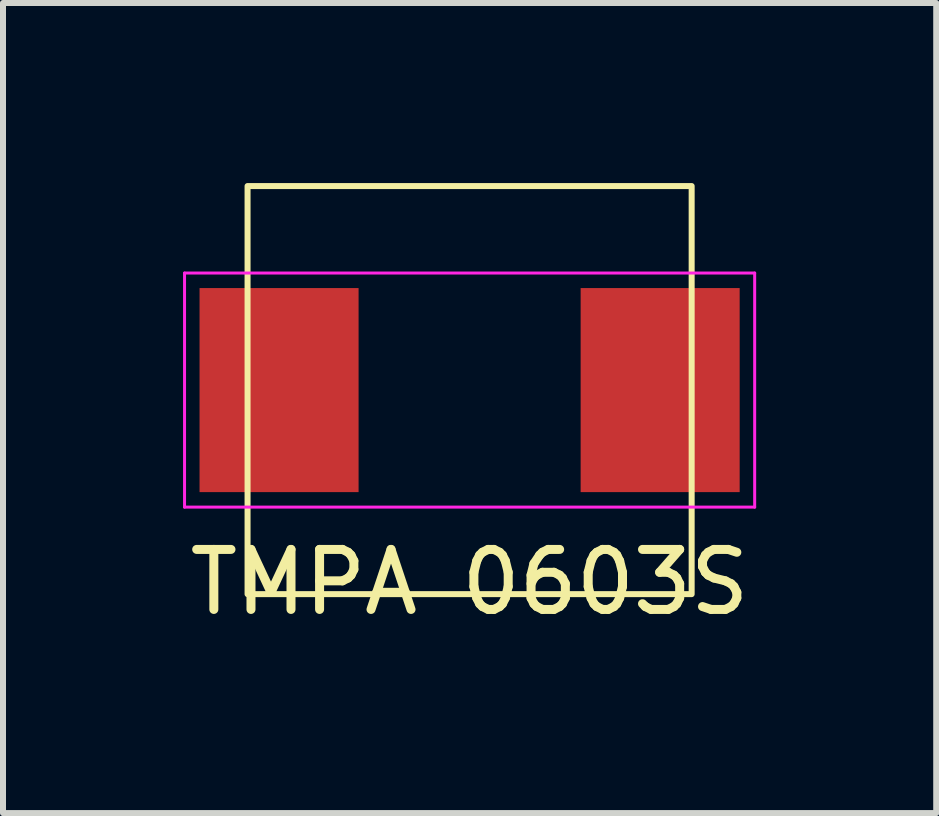
<source format=kicad_pcb>
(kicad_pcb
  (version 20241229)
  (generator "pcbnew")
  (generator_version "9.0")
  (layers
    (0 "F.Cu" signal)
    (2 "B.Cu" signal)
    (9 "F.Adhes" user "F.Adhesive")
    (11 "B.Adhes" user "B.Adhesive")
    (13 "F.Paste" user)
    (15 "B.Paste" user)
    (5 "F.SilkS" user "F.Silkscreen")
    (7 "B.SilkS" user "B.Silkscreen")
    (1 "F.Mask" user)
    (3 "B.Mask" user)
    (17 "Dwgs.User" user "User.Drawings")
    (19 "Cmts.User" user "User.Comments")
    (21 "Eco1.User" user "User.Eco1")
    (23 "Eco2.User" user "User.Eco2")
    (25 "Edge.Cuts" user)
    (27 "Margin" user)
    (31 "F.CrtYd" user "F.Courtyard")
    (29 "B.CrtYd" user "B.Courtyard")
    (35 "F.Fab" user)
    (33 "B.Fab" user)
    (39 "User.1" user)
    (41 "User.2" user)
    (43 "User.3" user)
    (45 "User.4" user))
  (footprint "TMPA 0603S"
    (layer "F.Cu")
    (at 4.775 3.45)
    (property "Reference" "TMPA 0603S" (at 0 3.2 0) (layer "F.SilkS") (effects (font (size 1 1) (thickness 0.15))))
    (attr smd)
    (fp_rect (start -3.7 -3.4) (end 3.7 3.4) (stroke (width 0.1) (type default)) (fill no) (layer "F.SilkS"))
    (fp_line (start -4.75 -1.95) (end 4.75 -1.95) (stroke (width 0.05) (type default)) (layer "F.CrtYd"))
    (fp_line (start -4.75 1.95) (end -4.75 -1.95) (stroke (width 0.05) (type default)) (layer "F.CrtYd"))
    (fp_line (start 4.75 -1.95) (end 4.75 1.95) (stroke (width 0.05) (type default)) (layer "F.CrtYd"))
    (fp_line (start 4.75 1.95) (end -4.75 1.95) (stroke (width 0.05) (type default)) (layer "F.CrtYd"))
    (pad "1" smd rect (at -3.175 0) (size 2.65 3.4) (layers "F.Cu" "F.Mask" "F.Paste"))
    (pad "2" smd rect (at 3.175 0) (size 2.65 3.4) (layers "F.Cu" "F.Mask" "F.Paste")))
  (gr_rect
    (start -3 -3)
    (end 12.55 10.498)
    (stroke (width 0.1) (type default))
    (fill no)
    (layer "Edge.Cuts")))
</source>
